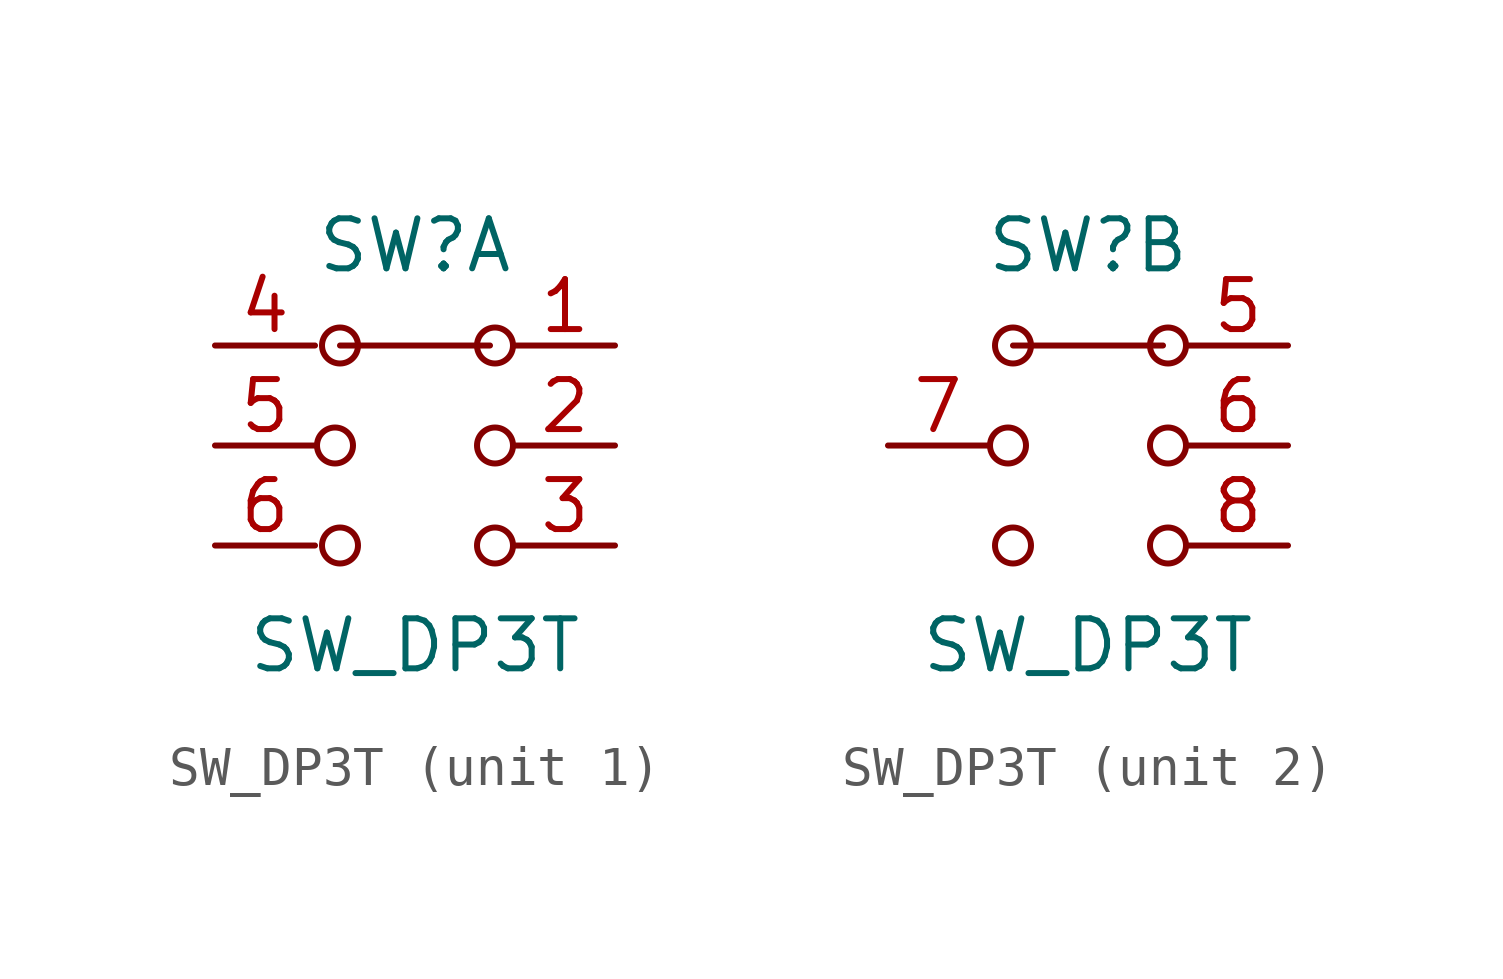
<source format=kicad_sym>
(kicad_symbol_lib
  (version 20211014)
  (generator kicad_symbol_editor)
  (symbol "SW_DP3T"
    (pin_names
      (offset 0) hide)
    (property "Reference" "SW"
      (at 0 5.08 0)
      (effects (font (size 1.27 1.27))))
    (property "Value" "SW_DP3T"
      (at 0 -5.08 0)
      (effects (font (size 1.27 1.27))))
    (symbol "SW_DP3T_0_1"
      (circle (center -2.032 0) (radius 0.457) (stroke (width 0) (type default) (color 0 0 0 0)) (fill (type none)))
      (circle (center -1.905 -2.54) (radius 0.457) (stroke (width 0) (type default) (color 0 0 0 0)) (fill (type none)))
      (circle (center -1.905 2.54) (radius 0.457) (stroke (width 0) (type default) (color 0 0 0 0)) (fill (type none)))
      (polyline (pts (xy -1.905 2.54) (xy 1.905 2.54)) (stroke (width 0) (type default) (color 0 0 0 0)) (fill (type none)))
      (circle (center 2.032 -2.54) (radius 0.457) (stroke (width 0) (type default) (color 0 0 0 0)) (fill (type none)))
      (circle (center 2.032 0) (radius 0.457) (stroke (width 0) (type default) (color 0 0 0 0)) (fill (type none)))
      (circle (center 2.032 2.54) (radius 0.457) (stroke (width 0) (type default) (color 0 0 0 0)) (fill (type none))))
    (symbol "SW_DP3T_1_1"
      (pin passive line (at 5.08 2.54 180) (length 2.54) (name "1" (effects (font (size 1.27 1.27)))) (number "1" (effects (font (size 1.27 1.27)))))
      (pin passive line (at 5.08 0 180) (length 2.54) (name "2" (effects (font (size 1.27 1.27)))) (number "2" (effects (font (size 1.27 1.27)))))
      (pin passive line (at 5.08 -2.54 180) (length 2.54) (name "3" (effects (font (size 1.27 1.27)))) (number "3" (effects (font (size 1.27 1.27)))))
      (pin passive line (at -5.08 2.54 0) (length 2.54) (name "4" (effects (font (size 1.27 1.27)))) (number "4" (effects (font (size 1.27 1.27)))))
      (pin passive line (at -5.08 0 0) (length 2.54) (name "5" (effects (font (size 1.27 1.27)))) (number "5" (effects (font (size 1.27 1.27)))))
      (pin passive line (at -5.08 -2.54 0) (length 2.54) (name "6" (effects (font (size 1.27 1.27)))) (number "6" (effects (font (size 1.27 1.27))))))
    (symbol "SW_DP3T_2_1"
      (pin passive line (at 5.08 2.54 180) (length 2.54) (name "5" (effects (font (size 1.27 1.27)))) (number "5" (effects (font (size 1.27 1.27)))))
      (pin passive line (at 5.08 0 180) (length 2.54) (name "6" (effects (font (size 1.27 1.27)))) (number "6" (effects (font (size 1.27 1.27)))))
      (pin passive line (at -5.08 0 0) (length 2.54) (name "7" (effects (font (size 1.27 1.27)))) (number "7" (effects (font (size 1.27 1.27)))))
      (pin passive line (at 5.08 -2.54 180) (length 2.54) (name "8" (effects (font (size 1.27 1.27)))) (number "8" (effects (font (size 1.27 1.27))))))))
</source>
